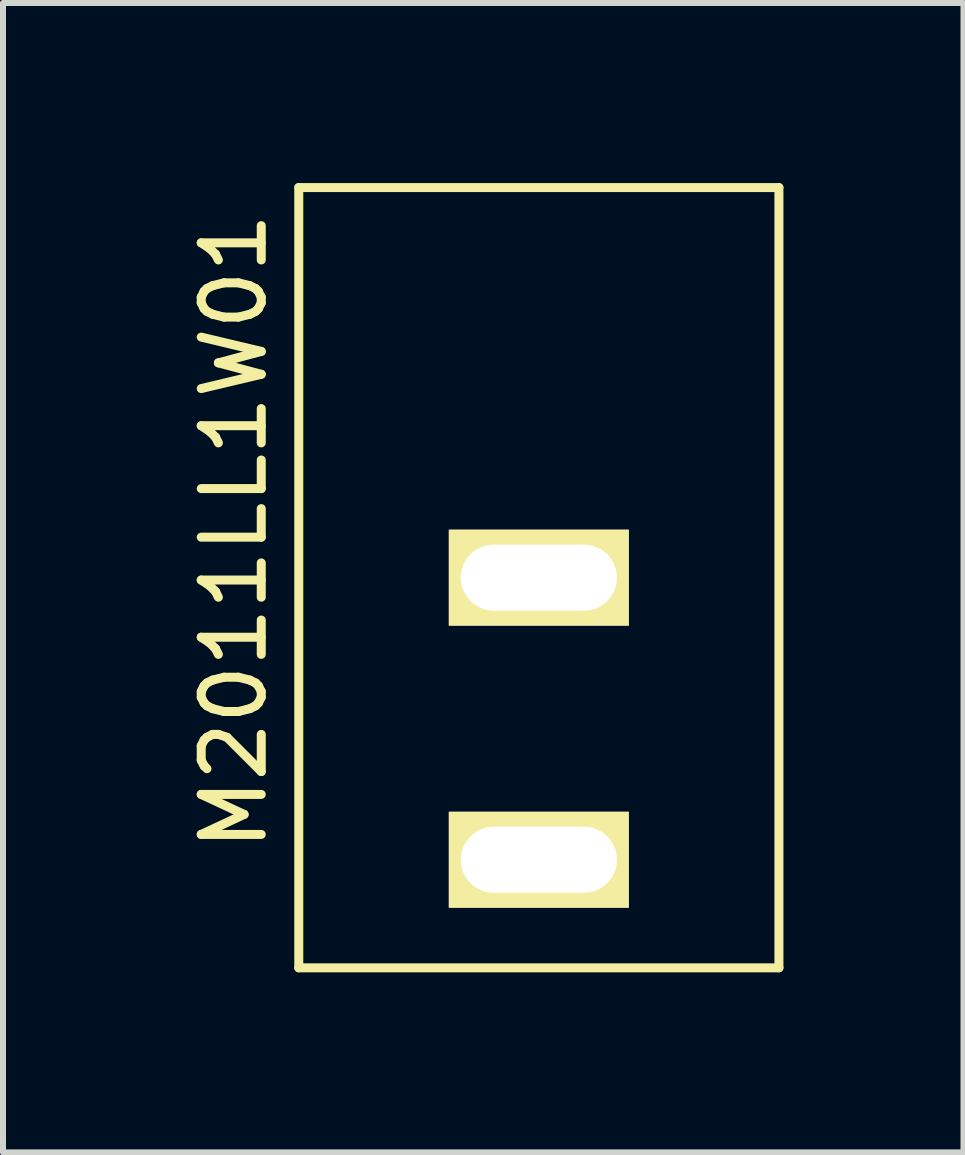
<source format=kicad_pcb>
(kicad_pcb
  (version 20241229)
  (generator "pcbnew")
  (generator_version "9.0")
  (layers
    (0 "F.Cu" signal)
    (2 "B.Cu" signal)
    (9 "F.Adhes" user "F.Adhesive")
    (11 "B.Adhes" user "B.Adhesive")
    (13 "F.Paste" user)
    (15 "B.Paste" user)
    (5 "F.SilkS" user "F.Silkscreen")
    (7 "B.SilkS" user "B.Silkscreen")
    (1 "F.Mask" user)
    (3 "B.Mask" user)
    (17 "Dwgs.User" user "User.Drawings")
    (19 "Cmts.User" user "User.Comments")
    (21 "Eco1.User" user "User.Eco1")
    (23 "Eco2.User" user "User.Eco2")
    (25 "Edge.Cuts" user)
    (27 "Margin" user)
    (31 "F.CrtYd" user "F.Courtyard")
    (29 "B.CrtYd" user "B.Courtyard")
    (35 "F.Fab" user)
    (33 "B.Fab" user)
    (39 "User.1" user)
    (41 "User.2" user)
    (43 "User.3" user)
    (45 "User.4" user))
  (footprint "M2011LL1W01"
    (layer "F.Cu")
    (at 5.928 6.575)
    (property "Reference" "M2011LL1W01" (at -5.08 -0.77 90) (layer "F.SilkS") (effects (font (size 1 1) (thickness 0.15))))
    (attr through_hole)
    (fp_line (start -4 -6.5) (end -4 6.5) (stroke (width 0.15) (type solid)) (layer "F.SilkS"))
    (fp_line (start -4 -6.5) (end 4 -6.5) (stroke (width 0.15) (type solid)) (layer "F.SilkS"))
    (fp_line (start -4 6.5) (end 4 6.5) (stroke (width 0.15) (type solid)) (layer "F.SilkS"))
    (fp_line (start 4 -6.5) (end 4 6.5) (stroke (width 0.15) (type solid)) (layer "F.SilkS"))
    (pad "1" thru_hole rect (at 0 4.7) (size 3 1.6) (drill oval 2.6 1.1) (layers "*.Cu" "*.Mask" "F.SilkS"))
    (pad "2" thru_hole rect (at 0 0) (size 3 1.6) (drill oval 2.6 1.1) (layers "*.Cu" "*.Mask" "F.SilkS")))
  (gr_rect
    (start -3 -3)
    (end 13.003 16.15)
    (stroke (width 0.1) (type default))
    (fill no)
    (layer "Edge.Cuts")))
</source>
